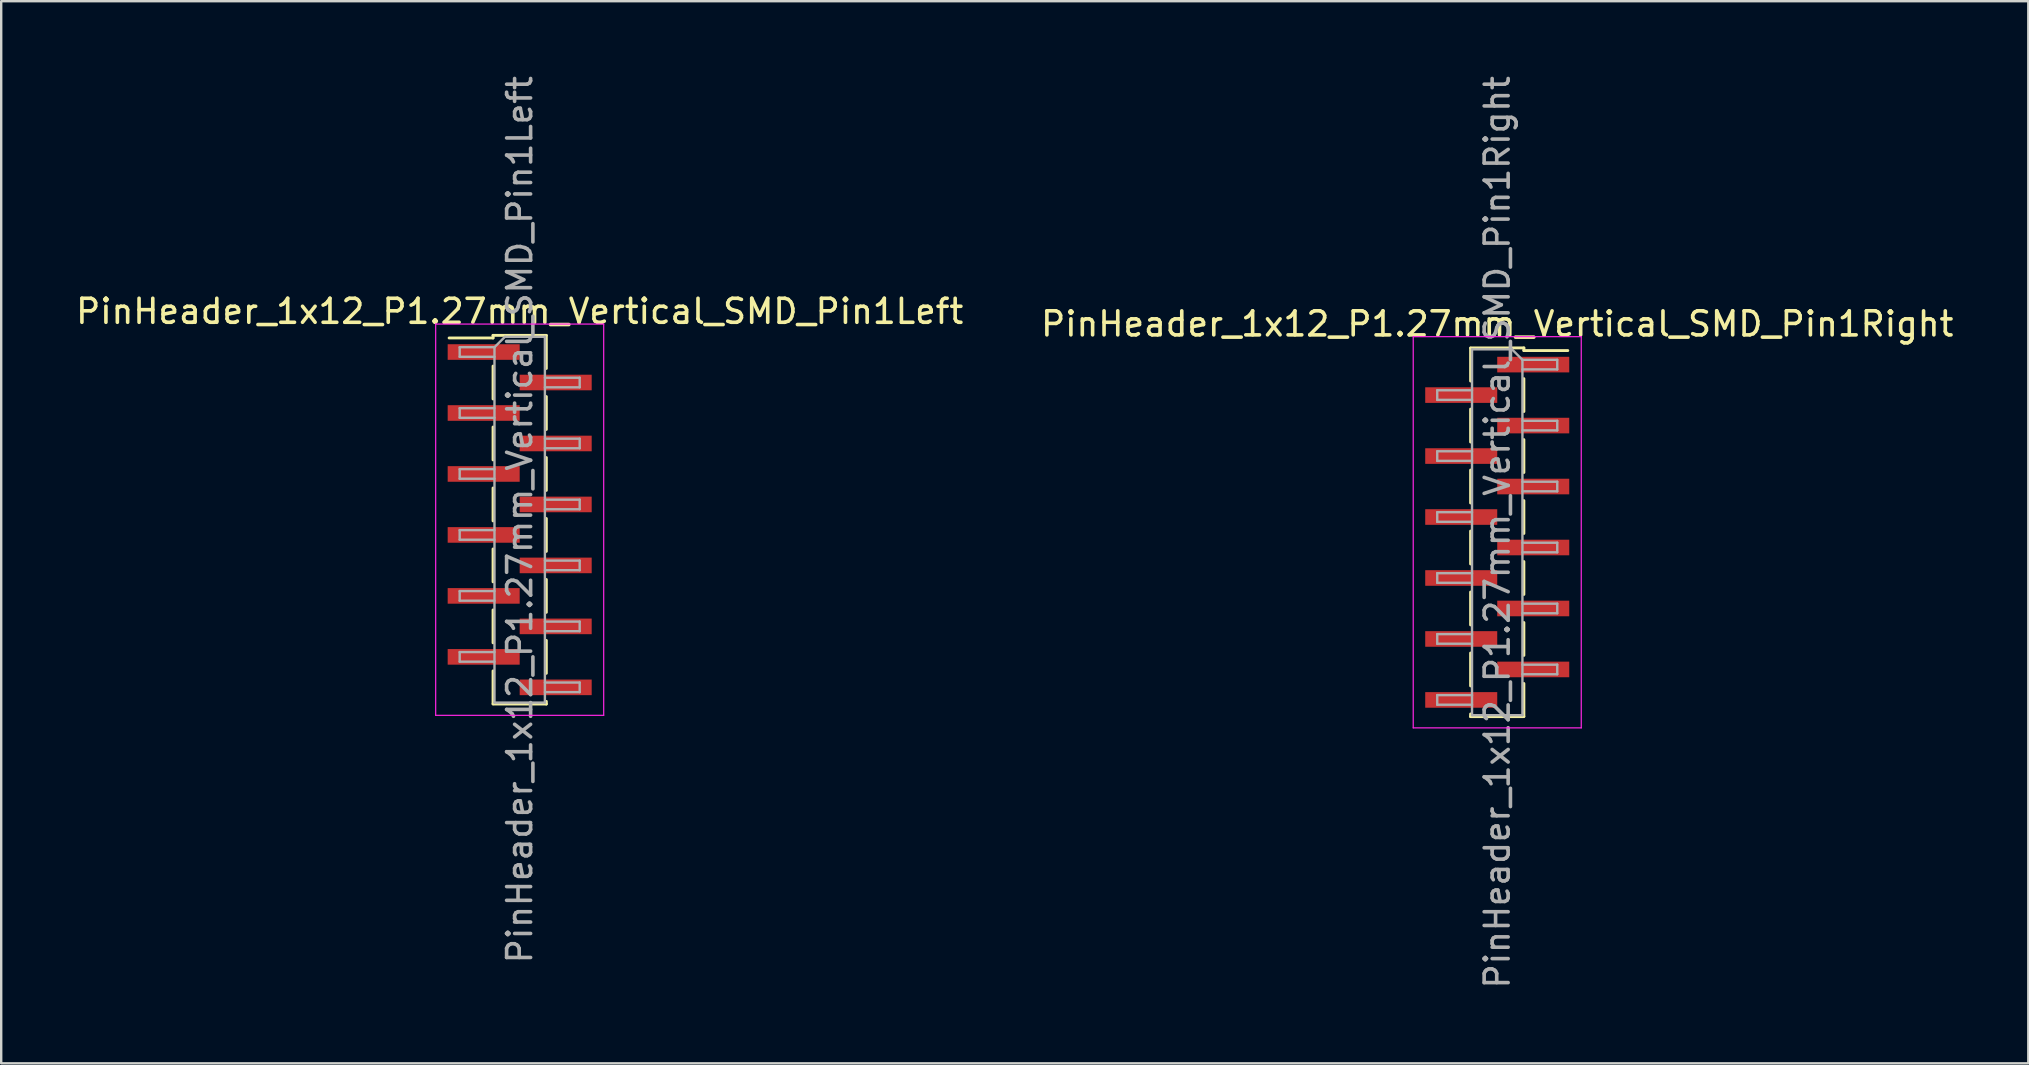
<source format=kicad_pcb>
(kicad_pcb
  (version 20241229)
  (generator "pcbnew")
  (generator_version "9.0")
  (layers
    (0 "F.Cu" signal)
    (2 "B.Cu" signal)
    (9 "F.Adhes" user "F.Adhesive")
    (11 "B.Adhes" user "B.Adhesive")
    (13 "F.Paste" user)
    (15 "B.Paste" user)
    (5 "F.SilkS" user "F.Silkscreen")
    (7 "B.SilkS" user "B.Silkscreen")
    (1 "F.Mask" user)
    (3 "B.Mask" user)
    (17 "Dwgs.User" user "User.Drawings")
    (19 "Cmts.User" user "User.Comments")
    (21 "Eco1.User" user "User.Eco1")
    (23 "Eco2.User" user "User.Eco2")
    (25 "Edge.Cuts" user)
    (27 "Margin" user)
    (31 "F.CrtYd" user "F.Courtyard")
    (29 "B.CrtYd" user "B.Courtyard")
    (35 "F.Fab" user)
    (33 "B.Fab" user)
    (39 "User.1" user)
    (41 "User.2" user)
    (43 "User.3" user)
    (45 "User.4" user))
  (footprint "PinHeader_1x12_P1.27mm_Vertical_SMD_Pin1Left"
    (layer "F.Cu")
    (at 18.601 18.601)
    (property "Reference" "PinHeader_1x12_P1.27mm_Vertical_SMD_Pin1Left" (at 0 -8.68 0) (layer "F.SilkS") (effects (font (size 1 1) (thickness 0.15))))
    (attr smd)
    (fp_line (start -1.11 -7.68) (end -1.11 -7.57) (stroke (width 0.12) (type solid)) (layer "F.SilkS"))
    (fp_line (start -1.11 -7.68) (end 1.11 -7.68) (stroke (width 0.12) (type solid)) (layer "F.SilkS"))
    (fp_line (start -1.11 -7.57) (end -2.94 -7.57) (stroke (width 0.12) (type solid)) (layer "F.SilkS"))
    (fp_line (start -1.11 -6.4) (end -1.11 -5.03) (stroke (width 0.12) (type solid)) (layer "F.SilkS"))
    (fp_line (start -1.11 -3.86) (end -1.11 -2.49) (stroke (width 0.12) (type solid)) (layer "F.SilkS"))
    (fp_line (start -1.11 -1.32) (end -1.11 0.05) (stroke (width 0.12) (type solid)) (layer "F.SilkS"))
    (fp_line (start -1.11 1.22) (end -1.11 2.59) (stroke (width 0.12) (type solid)) (layer "F.SilkS"))
    (fp_line (start -1.11 3.76) (end -1.11 5.13) (stroke (width 0.12) (type solid)) (layer "F.SilkS"))
    (fp_line (start -1.11 6.3) (end -1.11 7.67) (stroke (width 0.12) (type solid)) (layer "F.SilkS"))
    (fp_line (start -1.11 7.68) (end 1.11 7.68) (stroke (width 0.12) (type solid)) (layer "F.SilkS"))
    (fp_line (start 1.11 -7.67) (end 1.11 -6.3) (stroke (width 0.12) (type solid)) (layer "F.SilkS"))
    (fp_line (start 1.11 -5.13) (end 1.11 -3.76) (stroke (width 0.12) (type solid)) (layer "F.SilkS"))
    (fp_line (start 1.11 -2.59) (end 1.11 -1.22) (stroke (width 0.12) (type solid)) (layer "F.SilkS"))
    (fp_line (start 1.11 -0.05) (end 1.11 1.32) (stroke (width 0.12) (type solid)) (layer "F.SilkS"))
    (fp_line (start 1.11 2.49) (end 1.11 3.86) (stroke (width 0.12) (type solid)) (layer "F.SilkS"))
    (fp_line (start 1.11 5.03) (end 1.11 6.4) (stroke (width 0.12) (type solid)) (layer "F.SilkS"))
    (fp_line (start 1.11 7.57) (end 1.11 7.68) (stroke (width 0.12) (type solid)) (layer "F.SilkS"))
    (fp_line (start -3.5 -8.15) (end -3.5 8.15) (stroke (width 0.05) (type solid)) (layer "F.CrtYd"))
    (fp_line (start -3.5 8.15) (end 3.5 8.15) (stroke (width 0.05) (type solid)) (layer "F.CrtYd"))
    (fp_line (start 3.5 -8.15) (end -3.5 -8.15) (stroke (width 0.05) (type solid)) (layer "F.CrtYd"))
    (fp_line (start 3.5 8.15) (end 3.5 -8.15) (stroke (width 0.05) (type solid)) (layer "F.CrtYd"))
    (fp_line (start -2.5 -7.185) (end -2.5 -6.785) (stroke (width 0.1) (type solid)) (layer "F.Fab"))
    (fp_line (start -2.5 -6.785) (end -1.05 -6.785) (stroke (width 0.1) (type solid)) (layer "F.Fab"))
    (fp_line (start -2.5 -4.645) (end -2.5 -4.245) (stroke (width 0.1) (type solid)) (layer "F.Fab"))
    (fp_line (start -2.5 -4.245) (end -1.05 -4.245) (stroke (width 0.1) (type solid)) (layer "F.Fab"))
    (fp_line (start -2.5 -2.105) (end -2.5 -1.705) (stroke (width 0.1) (type solid)) (layer "F.Fab"))
    (fp_line (start -2.5 -1.705) (end -1.05 -1.705) (stroke (width 0.1) (type solid)) (layer "F.Fab"))
    (fp_line (start -2.5 0.435) (end -2.5 0.835) (stroke (width 0.1) (type solid)) (layer "F.Fab"))
    (fp_line (start -2.5 0.835) (end -1.05 0.835) (stroke (width 0.1) (type solid)) (layer "F.Fab"))
    (fp_line (start -2.5 2.975) (end -2.5 3.375) (stroke (width 0.1) (type solid)) (layer "F.Fab"))
    (fp_line (start -2.5 3.375) (end -1.05 3.375) (stroke (width 0.1) (type solid)) (layer "F.Fab"))
    (fp_line (start -2.5 5.515) (end -2.5 5.915) (stroke (width 0.1) (type solid)) (layer "F.Fab"))
    (fp_line (start -2.5 5.915) (end -1.05 5.915) (stroke (width 0.1) (type solid)) (layer "F.Fab"))
    (fp_line (start -1.05 -7.185) (end -2.5 -7.185) (stroke (width 0.1) (type solid)) (layer "F.Fab"))
    (fp_line (start -1.05 -7.185) (end -0.615 -7.62) (stroke (width 0.1) (type solid)) (layer "F.Fab"))
    (fp_line (start -1.05 -4.645) (end -2.5 -4.645) (stroke (width 0.1) (type solid)) (layer "F.Fab"))
    (fp_line (start -1.05 -2.105) (end -2.5 -2.105) (stroke (width 0.1) (type solid)) (layer "F.Fab"))
    (fp_line (start -1.05 0.435) (end -2.5 0.435) (stroke (width 0.1) (type solid)) (layer "F.Fab"))
    (fp_line (start -1.05 2.975) (end -2.5 2.975) (stroke (width 0.1) (type solid)) (layer "F.Fab"))
    (fp_line (start -1.05 5.515) (end -2.5 5.515) (stroke (width 0.1) (type solid)) (layer "F.Fab"))
    (fp_line (start -1.05 7.62) (end -1.05 -7.185) (stroke (width 0.1) (type solid)) (layer "F.Fab"))
    (fp_line (start -0.615 -7.62) (end 1.05 -7.62) (stroke (width 0.1) (type solid)) (layer "F.Fab"))
    (fp_line (start 1.05 -7.62) (end 1.05 7.62) (stroke (width 0.1) (type solid)) (layer "F.Fab"))
    (fp_line (start 1.05 -5.915) (end 2.5 -5.915) (stroke (width 0.1) (type solid)) (layer "F.Fab"))
    (fp_line (start 1.05 -3.375) (end 2.5 -3.375) (stroke (width 0.1) (type solid)) (layer "F.Fab"))
    (fp_line (start 1.05 -0.835) (end 2.5 -0.835) (stroke (width 0.1) (type solid)) (layer "F.Fab"))
    (fp_line (start 1.05 1.705) (end 2.5 1.705) (stroke (width 0.1) (type solid)) (layer "F.Fab"))
    (fp_line (start 1.05 4.245) (end 2.5 4.245) (stroke (width 0.1) (type solid)) (layer "F.Fab"))
    (fp_line (start 1.05 6.785) (end 2.5 6.785) (stroke (width 0.1) (type solid)) (layer "F.Fab"))
    (fp_line (start 1.05 7.62) (end -1.05 7.62) (stroke (width 0.1) (type solid)) (layer "F.Fab"))
    (fp_line (start 2.5 -5.915) (end 2.5 -5.515) (stroke (width 0.1) (type solid)) (layer "F.Fab"))
    (fp_line (start 2.5 -5.515) (end 1.05 -5.515) (stroke (width 0.1) (type solid)) (layer "F.Fab"))
    (fp_line (start 2.5 -3.375) (end 2.5 -2.975) (stroke (width 0.1) (type solid)) (layer "F.Fab"))
    (fp_line (start 2.5 -2.975) (end 1.05 -2.975) (stroke (width 0.1) (type solid)) (layer "F.Fab"))
    (fp_line (start 2.5 -0.835) (end 2.5 -0.435) (stroke (width 0.1) (type solid)) (layer "F.Fab"))
    (fp_line (start 2.5 -0.435) (end 1.05 -0.435) (stroke (width 0.1) (type solid)) (layer "F.Fab"))
    (fp_line (start 2.5 1.705) (end 2.5 2.105) (stroke (width 0.1) (type solid)) (layer "F.Fab"))
    (fp_line (start 2.5 2.105) (end 1.05 2.105) (stroke (width 0.1) (type solid)) (layer "F.Fab"))
    (fp_line (start 2.5 4.245) (end 2.5 4.645) (stroke (width 0.1) (type solid)) (layer "F.Fab"))
    (fp_line (start 2.5 4.645) (end 1.05 4.645) (stroke (width 0.1) (type solid)) (layer "F.Fab"))
    (fp_line (start 2.5 6.785) (end 2.5 7.185) (stroke (width 0.1) (type solid)) (layer "F.Fab"))
    (fp_line (start 2.5 7.185) (end 1.05 7.185) (stroke (width 0.1) (type solid)) (layer "F.Fab"))
    (fp_text user "${REFERENCE}" (at 0 0 90) (layer "F.Fab") (effects (font (size 1 1) (thickness 0.15))))
    (pad "1" smd rect (at -1.5 -6.985) (size 3 0.65) (layers "F.Cu" "F.Mask" "F.Paste"))
    (pad "2" smd rect (at 1.5 -5.715) (size 3 0.65) (layers "F.Cu" "F.Mask" "F.Paste"))
    (pad "3" smd rect (at -1.5 -4.445) (size 3 0.65) (layers "F.Cu" "F.Mask" "F.Paste"))
    (pad "4" smd rect (at 1.5 -3.175) (size 3 0.65) (layers "F.Cu" "F.Mask" "F.Paste"))
    (pad "5" smd rect (at -1.5 -1.905) (size 3 0.65) (layers "F.Cu" "F.Mask" "F.Paste"))
    (pad "6" smd rect (at 1.5 -0.635) (size 3 0.65) (layers "F.Cu" "F.Mask" "F.Paste"))
    (pad "7" smd rect (at -1.5 0.635) (size 3 0.65) (layers "F.Cu" "F.Mask" "F.Paste"))
    (pad "8" smd rect (at 1.5 1.905) (size 3 0.65) (layers "F.Cu" "F.Mask" "F.Paste"))
    (pad "9" smd rect (at -1.5 3.175) (size 3 0.65) (layers "F.Cu" "F.Mask" "F.Paste"))
    (pad "10" smd rect (at 1.5 4.445) (size 3 0.65) (layers "F.Cu" "F.Mask" "F.Paste"))
    (pad "11" smd rect (at -1.5 5.715) (size 3 0.65) (layers "F.Cu" "F.Mask" "F.Paste"))
    (pad "12" smd rect (at 1.5 6.985) (size 3 0.65) (layers "F.Cu" "F.Mask" "F.Paste")))
  (footprint "PinHeader_1x12_P1.27mm_Vertical_SMD_Pin1Right"
    (layer "F.Cu")
    (at 59.327 19.125)
    (property "Reference" "PinHeader_1x12_P1.27mm_Vertical_SMD_Pin1Right" (at 0 -8.68 0) (layer "F.SilkS") (effects (font (size 1 1) (thickness 0.15))))
    (attr smd)
    (fp_line (start -1.11 -7.68) (end 1.11 -7.68) (stroke (width 0.12) (type solid)) (layer "F.SilkS"))
    (fp_line (start -1.11 -7.67) (end -1.11 -6.3) (stroke (width 0.12) (type solid)) (layer "F.SilkS"))
    (fp_line (start -1.11 -5.13) (end -1.11 -3.76) (stroke (width 0.12) (type solid)) (layer "F.SilkS"))
    (fp_line (start -1.11 -2.59) (end -1.11 -1.22) (stroke (width 0.12) (type solid)) (layer "F.SilkS"))
    (fp_line (start -1.11 -0.05) (end -1.11 1.32) (stroke (width 0.12) (type solid)) (layer "F.SilkS"))
    (fp_line (start -1.11 2.49) (end -1.11 3.86) (stroke (width 0.12) (type solid)) (layer "F.SilkS"))
    (fp_line (start -1.11 5.03) (end -1.11 6.4) (stroke (width 0.12) (type solid)) (layer "F.SilkS"))
    (fp_line (start -1.11 7.57) (end -1.11 7.68) (stroke (width 0.12) (type solid)) (layer "F.SilkS"))
    (fp_line (start -1.11 7.68) (end 1.11 7.68) (stroke (width 0.12) (type solid)) (layer "F.SilkS"))
    (fp_line (start 1.11 -7.68) (end 1.11 -7.57) (stroke (width 0.12) (type solid)) (layer "F.SilkS"))
    (fp_line (start 1.11 -7.57) (end 2.94 -7.57) (stroke (width 0.12) (type solid)) (layer "F.SilkS"))
    (fp_line (start 1.11 -6.4) (end 1.11 -5.03) (stroke (width 0.12) (type solid)) (layer "F.SilkS"))
    (fp_line (start 1.11 -3.86) (end 1.11 -2.49) (stroke (width 0.12) (type solid)) (layer "F.SilkS"))
    (fp_line (start 1.11 -1.32) (end 1.11 0.05) (stroke (width 0.12) (type solid)) (layer "F.SilkS"))
    (fp_line (start 1.11 1.22) (end 1.11 2.59) (stroke (width 0.12) (type solid)) (layer "F.SilkS"))
    (fp_line (start 1.11 3.76) (end 1.11 5.13) (stroke (width 0.12) (type solid)) (layer "F.SilkS"))
    (fp_line (start 1.11 6.3) (end 1.11 7.67) (stroke (width 0.12) (type solid)) (layer "F.SilkS"))
    (fp_line (start -3.5 -8.15) (end -3.5 8.15) (stroke (width 0.05) (type solid)) (layer "F.CrtYd"))
    (fp_line (start -3.5 8.15) (end 3.5 8.15) (stroke (width 0.05) (type solid)) (layer "F.CrtYd"))
    (fp_line (start 3.5 -8.15) (end -3.5 -8.15) (stroke (width 0.05) (type solid)) (layer "F.CrtYd"))
    (fp_line (start 3.5 8.15) (end 3.5 -8.15) (stroke (width 0.05) (type solid)) (layer "F.CrtYd"))
    (fp_line (start -2.5 -5.915) (end -2.5 -5.515) (stroke (width 0.1) (type solid)) (layer "F.Fab"))
    (fp_line (start -2.5 -5.515) (end -1.05 -5.515) (stroke (width 0.1) (type solid)) (layer "F.Fab"))
    (fp_line (start -2.5 -3.375) (end -2.5 -2.975) (stroke (width 0.1) (type solid)) (layer "F.Fab"))
    (fp_line (start -2.5 -2.975) (end -1.05 -2.975) (stroke (width 0.1) (type solid)) (layer "F.Fab"))
    (fp_line (start -2.5 -0.835) (end -2.5 -0.435) (stroke (width 0.1) (type solid)) (layer "F.Fab"))
    (fp_line (start -2.5 -0.435) (end -1.05 -0.435) (stroke (width 0.1) (type solid)) (layer "F.Fab"))
    (fp_line (start -2.5 1.705) (end -2.5 2.105) (stroke (width 0.1) (type solid)) (layer "F.Fab"))
    (fp_line (start -2.5 2.105) (end -1.05 2.105) (stroke (width 0.1) (type solid)) (layer "F.Fab"))
    (fp_line (start -2.5 4.245) (end -2.5 4.645) (stroke (width 0.1) (type solid)) (layer "F.Fab"))
    (fp_line (start -2.5 4.645) (end -1.05 4.645) (stroke (width 0.1) (type solid)) (layer "F.Fab"))
    (fp_line (start -2.5 6.785) (end -2.5 7.185) (stroke (width 0.1) (type solid)) (layer "F.Fab"))
    (fp_line (start -2.5 7.185) (end -1.05 7.185) (stroke (width 0.1) (type solid)) (layer "F.Fab"))
    (fp_line (start -1.05 -7.62) (end -1.05 7.62) (stroke (width 0.1) (type solid)) (layer "F.Fab"))
    (fp_line (start -1.05 -7.62) (end 0.615 -7.62) (stroke (width 0.1) (type solid)) (layer "F.Fab"))
    (fp_line (start -1.05 -5.915) (end -2.5 -5.915) (stroke (width 0.1) (type solid)) (layer "F.Fab"))
    (fp_line (start -1.05 -3.375) (end -2.5 -3.375) (stroke (width 0.1) (type solid)) (layer "F.Fab"))
    (fp_line (start -1.05 -0.835) (end -2.5 -0.835) (stroke (width 0.1) (type solid)) (layer "F.Fab"))
    (fp_line (start -1.05 1.705) (end -2.5 1.705) (stroke (width 0.1) (type solid)) (layer "F.Fab"))
    (fp_line (start -1.05 4.245) (end -2.5 4.245) (stroke (width 0.1) (type solid)) (layer "F.Fab"))
    (fp_line (start -1.05 6.785) (end -2.5 6.785) (stroke (width 0.1) (type solid)) (layer "F.Fab"))
    (fp_line (start 1.05 -7.185) (end 0.615 -7.62) (stroke (width 0.1) (type solid)) (layer "F.Fab"))
    (fp_line (start 1.05 -7.185) (end 2.5 -7.185) (stroke (width 0.1) (type solid)) (layer "F.Fab"))
    (fp_line (start 1.05 -4.645) (end 2.5 -4.645) (stroke (width 0.1) (type solid)) (layer "F.Fab"))
    (fp_line (start 1.05 -2.105) (end 2.5 -2.105) (stroke (width 0.1) (type solid)) (layer "F.Fab"))
    (fp_line (start 1.05 0.435) (end 2.5 0.435) (stroke (width 0.1) (type solid)) (layer "F.Fab"))
    (fp_line (start 1.05 2.975) (end 2.5 2.975) (stroke (width 0.1) (type solid)) (layer "F.Fab"))
    (fp_line (start 1.05 5.515) (end 2.5 5.515) (stroke (width 0.1) (type solid)) (layer "F.Fab"))
    (fp_line (start 1.05 7.62) (end -1.05 7.62) (stroke (width 0.1) (type solid)) (layer "F.Fab"))
    (fp_line (start 1.05 7.62) (end 1.05 -7.185) (stroke (width 0.1) (type solid)) (layer "F.Fab"))
    (fp_line (start 2.5 -7.185) (end 2.5 -6.785) (stroke (width 0.1) (type solid)) (layer "F.Fab"))
    (fp_line (start 2.5 -6.785) (end 1.05 -6.785) (stroke (width 0.1) (type solid)) (layer "F.Fab"))
    (fp_line (start 2.5 -4.645) (end 2.5 -4.245) (stroke (width 0.1) (type solid)) (layer "F.Fab"))
    (fp_line (start 2.5 -4.245) (end 1.05 -4.245) (stroke (width 0.1) (type solid)) (layer "F.Fab"))
    (fp_line (start 2.5 -2.105) (end 2.5 -1.705) (stroke (width 0.1) (type solid)) (layer "F.Fab"))
    (fp_line (start 2.5 -1.705) (end 1.05 -1.705) (stroke (width 0.1) (type solid)) (layer "F.Fab"))
    (fp_line (start 2.5 0.435) (end 2.5 0.835) (stroke (width 0.1) (type solid)) (layer "F.Fab"))
    (fp_line (start 2.5 0.835) (end 1.05 0.835) (stroke (width 0.1) (type solid)) (layer "F.Fab"))
    (fp_line (start 2.5 2.975) (end 2.5 3.375) (stroke (width 0.1) (type solid)) (layer "F.Fab"))
    (fp_line (start 2.5 3.375) (end 1.05 3.375) (stroke (width 0.1) (type solid)) (layer "F.Fab"))
    (fp_line (start 2.5 5.515) (end 2.5 5.915) (stroke (width 0.1) (type solid)) (layer "F.Fab"))
    (fp_line (start 2.5 5.915) (end 1.05 5.915) (stroke (width 0.1) (type solid)) (layer "F.Fab"))
    (fp_text user "${REFERENCE}" (at 0 0 90) (layer "F.Fab") (effects (font (size 1 1) (thickness 0.15))))
    (pad "1" smd rect (at 1.5 -6.985) (size 3 0.65) (layers "F.Cu" "F.Mask" "F.Paste"))
    (pad "2" smd rect (at -1.5 -5.715) (size 3 0.65) (layers "F.Cu" "F.Mask" "F.Paste"))
    (pad "3" smd rect (at 1.5 -4.445) (size 3 0.65) (layers "F.Cu" "F.Mask" "F.Paste"))
    (pad "4" smd rect (at -1.5 -3.175) (size 3 0.65) (layers "F.Cu" "F.Mask" "F.Paste"))
    (pad "5" smd rect (at 1.5 -1.905) (size 3 0.65) (layers "F.Cu" "F.Mask" "F.Paste"))
    (pad "6" smd rect (at -1.5 -0.635) (size 3 0.65) (layers "F.Cu" "F.Mask" "F.Paste"))
    (pad "7" smd rect (at 1.5 0.635) (size 3 0.65) (layers "F.Cu" "F.Mask" "F.Paste"))
    (pad "8" smd rect (at -1.5 1.905) (size 3 0.65) (layers "F.Cu" "F.Mask" "F.Paste"))
    (pad "9" smd rect (at 1.5 3.175) (size 3 0.65) (layers "F.Cu" "F.Mask" "F.Paste"))
    (pad "10" smd rect (at -1.5 4.445) (size 3 0.65) (layers "F.Cu" "F.Mask" "F.Paste"))
    (pad "11" smd rect (at 1.5 5.715) (size 3 0.65) (layers "F.Cu" "F.Mask" "F.Paste"))
    (pad "12" smd rect (at -1.5 6.985) (size 3 0.65) (layers "F.Cu" "F.Mask" "F.Paste")))
  (gr_rect
    (start -3 -3)
    (end 81.452 41.25)
    (stroke (width 0.1) (type default))
    (fill no)
    (layer "Edge.Cuts")))
</source>
